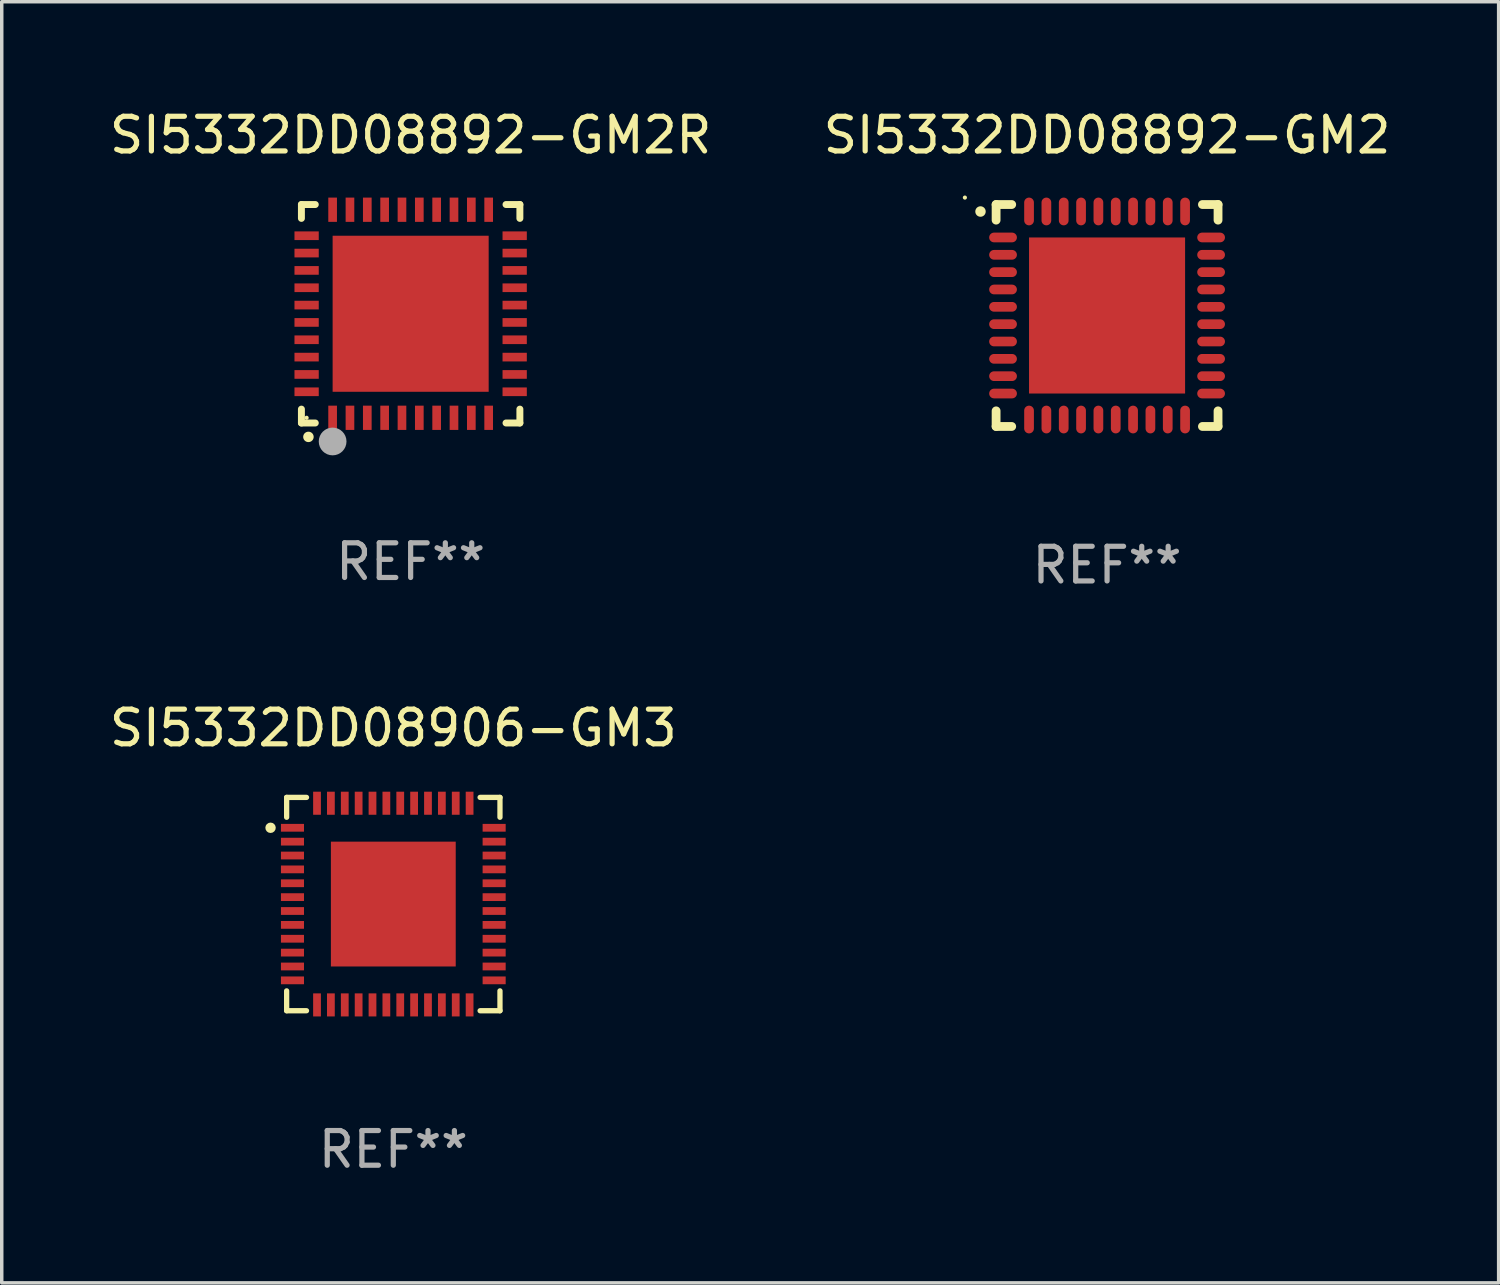
<source format=kicad_pcb>
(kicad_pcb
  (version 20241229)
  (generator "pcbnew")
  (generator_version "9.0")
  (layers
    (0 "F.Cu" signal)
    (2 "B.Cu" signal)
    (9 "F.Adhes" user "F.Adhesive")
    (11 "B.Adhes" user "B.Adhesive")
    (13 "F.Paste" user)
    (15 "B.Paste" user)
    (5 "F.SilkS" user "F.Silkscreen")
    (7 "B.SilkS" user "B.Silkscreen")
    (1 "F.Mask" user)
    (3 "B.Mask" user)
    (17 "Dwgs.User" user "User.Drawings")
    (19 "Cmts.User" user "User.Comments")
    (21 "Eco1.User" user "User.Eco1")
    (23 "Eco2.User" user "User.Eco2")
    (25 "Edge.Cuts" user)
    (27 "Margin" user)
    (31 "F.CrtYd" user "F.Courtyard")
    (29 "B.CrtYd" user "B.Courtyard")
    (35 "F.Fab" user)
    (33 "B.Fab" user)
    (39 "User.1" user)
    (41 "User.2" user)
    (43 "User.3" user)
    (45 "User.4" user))
  (footprint "SI5332DD08892-GM2"
    (layer "F.Cu")
    (at 28.875 6.048)
    (property "Reference" "SI5332DD08892-GM2" (at 0 -5.2 0) (layer "F.SilkS") (effects (font (size 1 1) (thickness 0.15))))
    (attr through_hole)
    (fp_line (start -3.2 -3.2) (end -2.75 -3.2) (stroke (width 0.254) (type solid)) (layer "F.SilkS"))
    (fp_line (start -3.2 -2.75) (end -3.2 -3.2) (stroke (width 0.254) (type solid)) (layer "F.SilkS"))
    (fp_line (start -3.2 3.2) (end -3.2 2.75) (stroke (width 0.254) (type solid)) (layer "F.SilkS"))
    (fp_line (start -2.75 3.2) (end -3.2 3.2) (stroke (width 0.254) (type solid)) (layer "F.SilkS"))
    (fp_line (start 2.75 3.2) (end 3.2 3.2) (stroke (width 0.254) (type solid)) (layer "F.SilkS"))
    (fp_line (start 3.2 -3.2) (end 2.75 -3.2) (stroke (width 0.254) (type solid)) (layer "F.SilkS"))
    (fp_line (start 3.2 -2.75) (end 3.2 -3.2) (stroke (width 0.254) (type solid)) (layer "F.SilkS"))
    (fp_line (start 3.2 3.2) (end 3.2 2.75) (stroke (width 0.254) (type solid)) (layer "F.SilkS"))
    (fp_arc (start -3.649987 -2.997206) (mid -3.649992 -2.998476) (end -3.649987 -2.999746) (stroke (width 0.3) (type solid)) (layer "F.SilkS"))
    (fp_circle (center -4.1 -3.4) (end -4.07 -3.4) (stroke (width 0.06) (type solid)) (fill no) (layer "F.SilkS"))
    (fp_text user "REF**" (at 0 7.2 0) (layer "F.Fab") (effects (font (size 1 1) (thickness 0.15))))
    (pad "1" smd oval (at -3 -2.25 90) (size 0.28 0.8) (layers "F.Cu" "F.Mask" "F.Paste"))
    (pad "2" smd oval (at -3 -1.75 90) (size 0.28 0.8) (layers "F.Cu" "F.Mask" "F.Paste"))
    (pad "3" smd oval (at -3 -1.25 90) (size 0.28 0.8) (layers "F.Cu" "F.Mask" "F.Paste"))
    (pad "4" smd oval (at -3 -0.75 90) (size 0.28 0.8) (layers "F.Cu" "F.Mask" "F.Paste"))
    (pad "5" smd oval (at -3 -0.25 90) (size 0.28 0.8) (layers "F.Cu" "F.Mask" "F.Paste"))
    (pad "6" smd oval (at -3 0.25 90) (size 0.28 0.8) (layers "F.Cu" "F.Mask" "F.Paste"))
    (pad "7" smd oval (at -3 0.75 90) (size 0.28 0.8) (layers "F.Cu" "F.Mask" "F.Paste"))
    (pad "8" smd oval (at -3 1.25 90) (size 0.28 0.8) (layers "F.Cu" "F.Mask" "F.Paste"))
    (pad "9" smd oval (at -3 1.75 90) (size 0.28 0.8) (layers "F.Cu" "F.Mask" "F.Paste"))
    (pad "10" smd oval (at -3 2.25 90) (size 0.28 0.8) (layers "F.Cu" "F.Mask" "F.Paste"))
    (pad "11" smd oval (at -2.25 3) (size 0.28 0.8) (layers "F.Cu" "F.Mask" "F.Paste"))
    (pad "12" smd oval (at -1.75 3) (size 0.28 0.8) (layers "F.Cu" "F.Mask" "F.Paste"))
    (pad "13" smd oval (at -1.25 3) (size 0.28 0.8) (layers "F.Cu" "F.Mask" "F.Paste"))
    (pad "14" smd oval (at -0.75 3) (size 0.28 0.8) (layers "F.Cu" "F.Mask" "F.Paste"))
    (pad "15" smd oval (at -0.25 3) (size 0.28 0.8) (layers "F.Cu" "F.Mask" "F.Paste"))
    (pad "16" smd oval (at 0.25 3) (size 0.28 0.8) (layers "F.Cu" "F.Mask" "F.Paste"))
    (pad "17" smd oval (at 0.75 3) (size 0.28 0.8) (layers "F.Cu" "F.Mask" "F.Paste"))
    (pad "18" smd oval (at 1.25 3) (size 0.28 0.8) (layers "F.Cu" "F.Mask" "F.Paste"))
    (pad "19" smd oval (at 1.75 3) (size 0.28 0.8) (layers "F.Cu" "F.Mask" "F.Paste"))
    (pad "20" smd oval (at 2.25 3) (size 0.28 0.8) (layers "F.Cu" "F.Mask" "F.Paste"))
    (pad "21" smd oval (at 3 2.25 90) (size 0.28 0.8) (layers "F.Cu" "F.Mask" "F.Paste"))
    (pad "22" smd oval (at 3 1.75 90) (size 0.28 0.8) (layers "F.Cu" "F.Mask" "F.Paste"))
    (pad "23" smd oval (at 3 1.25 90) (size 0.28 0.8) (layers "F.Cu" "F.Mask" "F.Paste"))
    (pad "24" smd oval (at 3 0.75 90) (size 0.28 0.8) (layers "F.Cu" "F.Mask" "F.Paste"))
    (pad "25" smd oval (at 3 0.25 90) (size 0.28 0.8) (layers "F.Cu" "F.Mask" "F.Paste"))
    (pad "26" smd oval (at 3 -0.25 90) (size 0.28 0.8) (layers "F.Cu" "F.Mask" "F.Paste"))
    (pad "27" smd oval (at 3 -0.75 90) (size 0.28 0.8) (layers "F.Cu" "F.Mask" "F.Paste"))
    (pad "28" smd oval (at 3 -1.25 90) (size 0.28 0.8) (layers "F.Cu" "F.Mask" "F.Paste"))
    (pad "29" smd oval (at 3 -1.75 90) (size 0.28 0.8) (layers "F.Cu" "F.Mask" "F.Paste"))
    (pad "30" smd oval (at 3 -2.25 90) (size 0.28 0.8) (layers "F.Cu" "F.Mask" "F.Paste"))
    (pad "31" smd oval (at 2.25 -3) (size 0.28 0.8) (layers "F.Cu" "F.Mask" "F.Paste"))
    (pad "32" smd oval (at 1.75 -3) (size 0.28 0.8) (layers "F.Cu" "F.Mask" "F.Paste"))
    (pad "33" smd oval (at 1.25 -3) (size 0.28 0.8) (layers "F.Cu" "F.Mask" "F.Paste"))
    (pad "34" smd oval (at 0.75 -3) (size 0.28 0.8) (layers "F.Cu" "F.Mask" "F.Paste"))
    (pad "35" smd oval (at 0.25 -3) (size 0.28 0.8) (layers "F.Cu" "F.Mask" "F.Paste"))
    (pad "36" smd oval (at -0.25 -3) (size 0.28 0.8) (layers "F.Cu" "F.Mask" "F.Paste"))
    (pad "37" smd oval (at -0.75 -3) (size 0.28 0.8) (layers "F.Cu" "F.Mask" "F.Paste"))
    (pad "38" smd oval (at -1.25 -3) (size 0.28 0.8) (layers "F.Cu" "F.Mask" "F.Paste"))
    (pad "39" smd oval (at -1.75 -3) (size 0.28 0.8) (layers "F.Cu" "F.Mask" "F.Paste"))
    (pad "40" smd oval (at -2.25 -3) (size 0.28 0.8) (layers "F.Cu" "F.Mask" "F.Paste"))
    (pad "41" smd rect (at 0 0) (size 4.5 4.5) (layers "F.Cu" "F.Mask" "F.Paste")))
  (footprint "SI5332DD08906-GM3"
    (layer "F.Cu")
    (at 8.292 23.021)
    (property "Reference" "SI5332DD08906-GM3" (at 0 -5.076 0) (layer "F.SilkS") (effects (font (size 1 1) (thickness 0.15))))
    (attr through_hole)
    (fp_line (start -3.076 -3.076) (end -3.076 -2.503) (stroke (width 0.152) (type solid)) (layer "F.SilkS"))
    (fp_line (start -3.076 3.076) (end -3.076 2.503) (stroke (width 0.152) (type solid)) (layer "F.SilkS"))
    (fp_line (start -2.503 -3.076) (end -3.076 -3.076) (stroke (width 0.152) (type solid)) (layer "F.SilkS"))
    (fp_line (start -2.503 3.076) (end -3.076 3.076) (stroke (width 0.152) (type solid)) (layer "F.SilkS"))
    (fp_line (start 2.503 -3.076) (end 3.076 -3.076) (stroke (width 0.152) (type solid)) (layer "F.SilkS"))
    (fp_line (start 2.503 3.076) (end 3.076 3.076) (stroke (width 0.152) (type solid)) (layer "F.SilkS"))
    (fp_line (start 3.076 -3.076) (end 3.076 -2.503) (stroke (width 0.152) (type solid)) (layer "F.SilkS"))
    (fp_line (start 3.076 3.076) (end 3.076 2.503) (stroke (width 0.152) (type solid)) (layer "F.SilkS"))
    (fp_circle (center -3.54 -2.2) (end -3.465 -2.2) (stroke (width 0.15) (type solid)) (fill no) (layer "F.SilkS"))
    (fp_text user "REF**" (at 0 7.076 0) (layer "F.Fab") (effects (font (size 1 1) (thickness 0.15))))
    (pad "1" smd rect (at -2.908 -2.2) (size 0.665 0.224) (layers "F.Cu" "F.Mask" "F.Paste"))
    (pad "2" smd rect (at -2.908 -1.8) (size 0.665 0.224) (layers "F.Cu" "F.Mask" "F.Paste"))
    (pad "3" smd rect (at -2.908 -1.4) (size 0.665 0.224) (layers "F.Cu" "F.Mask" "F.Paste"))
    (pad "4" smd rect (at -2.908 -1) (size 0.665 0.224) (layers "F.Cu" "F.Mask" "F.Paste"))
    (pad "5" smd rect (at -2.908 -0.6) (size 0.665 0.224) (layers "F.Cu" "F.Mask" "F.Paste"))
    (pad "6" smd rect (at -2.908 -0.2) (size 0.665 0.224) (layers "F.Cu" "F.Mask" "F.Paste"))
    (pad "7" smd rect (at -2.908 0.2) (size 0.665 0.224) (layers "F.Cu" "F.Mask" "F.Paste"))
    (pad "8" smd rect (at -2.908 0.6) (size 0.665 0.224) (layers "F.Cu" "F.Mask" "F.Paste"))
    (pad "9" smd rect (at -2.908 1) (size 0.665 0.224) (layers "F.Cu" "F.Mask" "F.Paste"))
    (pad "10" smd rect (at -2.908 1.4) (size 0.665 0.224) (layers "F.Cu" "F.Mask" "F.Paste"))
    (pad "11" smd rect (at -2.908 1.8) (size 0.665 0.224) (layers "F.Cu" "F.Mask" "F.Paste"))
    (pad "12" smd rect (at -2.908 2.2) (size 0.665 0.224) (layers "F.Cu" "F.Mask" "F.Paste"))
    (pad "13" smd rect (at -2.2 2.908) (size 0.224 0.665) (layers "F.Cu" "F.Mask" "F.Paste"))
    (pad "14" smd rect (at -1.8 2.908) (size 0.224 0.665) (layers "F.Cu" "F.Mask" "F.Paste"))
    (pad "15" smd rect (at -1.4 2.908) (size 0.224 0.665) (layers "F.Cu" "F.Mask" "F.Paste"))
    (pad "16" smd rect (at -1 2.908) (size 0.224 0.665) (layers "F.Cu" "F.Mask" "F.Paste"))
    (pad "17" smd rect (at -0.6 2.908) (size 0.224 0.665) (layers "F.Cu" "F.Mask" "F.Paste"))
    (pad "18" smd rect (at -0.2 2.908) (size 0.224 0.665) (layers "F.Cu" "F.Mask" "F.Paste"))
    (pad "19" smd rect (at 0.2 2.908) (size 0.224 0.665) (layers "F.Cu" "F.Mask" "F.Paste"))
    (pad "20" smd rect (at 0.6 2.908) (size 0.224 0.665) (layers "F.Cu" "F.Mask" "F.Paste"))
    (pad "21" smd rect (at 1 2.908) (size 0.224 0.665) (layers "F.Cu" "F.Mask" "F.Paste"))
    (pad "22" smd rect (at 1.4 2.908) (size 0.224 0.665) (layers "F.Cu" "F.Mask" "F.Paste"))
    (pad "23" smd rect (at 1.8 2.908) (size 0.224 0.665) (layers "F.Cu" "F.Mask" "F.Paste"))
    (pad "24" smd rect (at 2.2 2.908) (size 0.224 0.665) (layers "F.Cu" "F.Mask" "F.Paste"))
    (pad "25" smd rect (at 2.908 2.2) (size 0.665 0.224) (layers "F.Cu" "F.Mask" "F.Paste"))
    (pad "26" smd rect (at 2.908 1.8) (size 0.665 0.224) (layers "F.Cu" "F.Mask" "F.Paste"))
    (pad "27" smd rect (at 2.908 1.4) (size 0.665 0.224) (layers "F.Cu" "F.Mask" "F.Paste"))
    (pad "28" smd rect (at 2.908 1) (size 0.665 0.224) (layers "F.Cu" "F.Mask" "F.Paste"))
    (pad "29" smd rect (at 2.908 0.6) (size 0.665 0.224) (layers "F.Cu" "F.Mask" "F.Paste"))
    (pad "30" smd rect (at 2.908 0.2) (size 0.665 0.224) (layers "F.Cu" "F.Mask" "F.Paste"))
    (pad "31" smd rect (at 2.908 -0.2) (size 0.665 0.224) (layers "F.Cu" "F.Mask" "F.Paste"))
    (pad "32" smd rect (at 2.908 -0.6) (size 0.665 0.224) (layers "F.Cu" "F.Mask" "F.Paste"))
    (pad "33" smd rect (at 2.908 -1) (size 0.665 0.224) (layers "F.Cu" "F.Mask" "F.Paste"))
    (pad "34" smd rect (at 2.908 -1.4) (size 0.665 0.224) (layers "F.Cu" "F.Mask" "F.Paste"))
    (pad "35" smd rect (at 2.908 -1.8) (size 0.665 0.224) (layers "F.Cu" "F.Mask" "F.Paste"))
    (pad "36" smd rect (at 2.908 -2.2) (size 0.665 0.224) (layers "F.Cu" "F.Mask" "F.Paste"))
    (pad "37" smd rect (at 2.2 -2.908) (size 0.224 0.665) (layers "F.Cu" "F.Mask" "F.Paste"))
    (pad "38" smd rect (at 1.8 -2.908) (size 0.224 0.665) (layers "F.Cu" "F.Mask" "F.Paste"))
    (pad "39" smd rect (at 1.4 -2.908) (size 0.224 0.665) (layers "F.Cu" "F.Mask" "F.Paste"))
    (pad "40" smd rect (at 1 -2.908) (size 0.224 0.665) (layers "F.Cu" "F.Mask" "F.Paste"))
    (pad "41" smd rect (at 0.6 -2.908) (size 0.224 0.665) (layers "F.Cu" "F.Mask" "F.Paste"))
    (pad "42" smd rect (at 0.2 -2.908) (size 0.224 0.665) (layers "F.Cu" "F.Mask" "F.Paste"))
    (pad "43" smd rect (at -0.2 -2.908) (size 0.224 0.665) (layers "F.Cu" "F.Mask" "F.Paste"))
    (pad "44" smd rect (at -0.6 -2.908) (size 0.224 0.665) (layers "F.Cu" "F.Mask" "F.Paste"))
    (pad "45" smd rect (at -1 -2.908) (size 0.224 0.665) (layers "F.Cu" "F.Mask" "F.Paste"))
    (pad "46" smd rect (at -1.4 -2.908) (size 0.224 0.665) (layers "F.Cu" "F.Mask" "F.Paste"))
    (pad "47" smd rect (at -1.8 -2.908) (size 0.224 0.665) (layers "F.Cu" "F.Mask" "F.Paste"))
    (pad "48" smd rect (at -2.2 -2.908) (size 0.224 0.665) (layers "F.Cu" "F.Mask" "F.Paste"))
    (pad "49" smd rect (at 0 0) (size 3.6 3.6) (layers "F.Cu" "F.Mask" "F.Paste")))
  (footprint "SI5332DD08892-GM2R"
    (layer "F.Cu")
    (at 8.792 5.998)
    (property "Reference" "SI5332DD08892-GM2R" (at 0 -5.15 0) (layer "F.SilkS") (effects (font (size 1 1) (thickness 0.15))))
    (attr through_hole)
    (fp_line (start -3.15 -3.15) (end -2.75 -3.15) (stroke (width 0.2) (type solid)) (layer "F.SilkS"))
    (fp_line (start -3.15 -2.75) (end -3.15 -3.15) (stroke (width 0.2) (type solid)) (layer "F.SilkS"))
    (fp_line (start -3.15 3.15) (end -3.15 2.75) (stroke (width 0.2) (type solid)) (layer "F.SilkS"))
    (fp_line (start -2.75 3.15) (end -3.15 3.15) (stroke (width 0.2) (type solid)) (layer "F.SilkS"))
    (fp_line (start 3.15 -3.15) (end 2.75 -3.15) (stroke (width 0.2) (type solid)) (layer "F.SilkS"))
    (fp_line (start 3.15 -2.75) (end 3.15 -3.15) (stroke (width 0.2) (type solid)) (layer "F.SilkS"))
    (fp_line (start 3.15 2.75) (end 3.15 3.15) (stroke (width 0.2) (type solid)) (layer "F.SilkS"))
    (fp_line (start 3.15 3.15) (end 2.75 3.15) (stroke (width 0.2) (type solid)) (layer "F.SilkS"))
    (fp_arc (start -2.94892 3.550927) (mid -2.94765 3.550922) (end -2.94638 3.550927) (stroke (width 0.3) (type solid)) (layer "F.SilkS"))
    (fp_circle (center -3 3) (end -2.97 3) (stroke (width 0.06) (type solid)) (fill no) (layer "F.SilkS"))
    (fp_circle (center -2.25 3.683) (end -2.05 3.683) (stroke (width 0.4) (type solid)) (fill no) (layer "F.Fab"))
    (fp_text user "REF**" (at 0 7.15 0) (layer "F.Fab") (effects (font (size 1 1) (thickness 0.15))))
    (pad "1" smd rect (at -2.25 3 180) (size 0.25 0.7) (layers "F.Cu" "F.Mask" "F.Paste"))
    (pad "2" smd rect (at -1.75 3 180) (size 0.25 0.7) (layers "F.Cu" "F.Mask" "F.Paste"))
    (pad "3" smd rect (at -1.25 3 180) (size 0.25 0.7) (layers "F.Cu" "F.Mask" "F.Paste"))
    (pad "4" smd rect (at -0.75 3 180) (size 0.25 0.7) (layers "F.Cu" "F.Mask" "F.Paste"))
    (pad "5" smd rect (at -0.25 3 180) (size 0.25 0.7) (layers "F.Cu" "F.Mask" "F.Paste"))
    (pad "6" smd rect (at 0.25 3 180) (size 0.25 0.7) (layers "F.Cu" "F.Mask" "F.Paste"))
    (pad "7" smd rect (at 0.75 3 180) (size 0.25 0.7) (layers "F.Cu" "F.Mask" "F.Paste"))
    (pad "8" smd rect (at 1.25 3 180) (size 0.25 0.7) (layers "F.Cu" "F.Mask" "F.Paste"))
    (pad "9" smd rect (at 1.75 3 180) (size 0.25 0.7) (layers "F.Cu" "F.Mask" "F.Paste"))
    (pad "10" smd rect (at 2.25 3 180) (size 0.25 0.7) (layers "F.Cu" "F.Mask" "F.Paste"))
    (pad "11" smd rect (at 3 2.25 90) (size 0.25 0.7) (layers "F.Cu" "F.Mask" "F.Paste"))
    (pad "12" smd rect (at 3 1.75 90) (size 0.25 0.7) (layers "F.Cu" "F.Mask" "F.Paste"))
    (pad "13" smd rect (at 3 1.25 90) (size 0.25 0.7) (layers "F.Cu" "F.Mask" "F.Paste"))
    (pad "14" smd rect (at 3 0.75 90) (size 0.25 0.7) (layers "F.Cu" "F.Mask" "F.Paste"))
    (pad "15" smd rect (at 3 0.25 90) (size 0.25 0.7) (layers "F.Cu" "F.Mask" "F.Paste"))
    (pad "16" smd rect (at 3 -0.25 90) (size 0.25 0.7) (layers "F.Cu" "F.Mask" "F.Paste"))
    (pad "17" smd rect (at 3 -0.75 90) (size 0.25 0.7) (layers "F.Cu" "F.Mask" "F.Paste"))
    (pad "18" smd rect (at 3 -1.25 90) (size 0.25 0.7) (layers "F.Cu" "F.Mask" "F.Paste"))
    (pad "19" smd rect (at 3 -1.75 90) (size 0.25 0.7) (layers "F.Cu" "F.Mask" "F.Paste"))
    (pad "20" smd rect (at 3 -2.25 90) (size 0.25 0.7) (layers "F.Cu" "F.Mask" "F.Paste"))
    (pad "21" smd rect (at 2.25 -3 180) (size 0.25 0.7) (layers "F.Cu" "F.Mask" "F.Paste"))
    (pad "22" smd rect (at 1.75 -3 180) (size 0.25 0.7) (layers "F.Cu" "F.Mask" "F.Paste"))
    (pad "23" smd rect (at 1.25 -3 180) (size 0.25 0.7) (layers "F.Cu" "F.Mask" "F.Paste"))
    (pad "24" smd rect (at 0.75 -3 180) (size 0.25 0.7) (layers "F.Cu" "F.Mask" "F.Paste"))
    (pad "25" smd rect (at 0.25 -3 180) (size 0.25 0.7) (layers "F.Cu" "F.Mask" "F.Paste"))
    (pad "26" smd rect (at -0.25 -3 180) (size 0.25 0.7) (layers "F.Cu" "F.Mask" "F.Paste"))
    (pad "27" smd rect (at -0.75 -3 180) (size 0.25 0.7) (layers "F.Cu" "F.Mask" "F.Paste"))
    (pad "28" smd rect (at -1.25 -3 180) (size 0.25 0.7) (layers "F.Cu" "F.Mask" "F.Paste"))
    (pad "29" smd rect (at -1.75 -3 180) (size 0.25 0.7) (layers "F.Cu" "F.Mask" "F.Paste"))
    (pad "30" smd rect (at -2.25 -3 180) (size 0.25 0.7) (layers "F.Cu" "F.Mask" "F.Paste"))
    (pad "31" smd rect (at -3 -2.25 90) (size 0.25 0.7) (layers "F.Cu" "F.Mask" "F.Paste"))
    (pad "32" smd rect (at -3 -1.75 90) (size 0.25 0.7) (layers "F.Cu" "F.Mask" "F.Paste"))
    (pad "33" smd rect (at -3 -1.25 90) (size 0.25 0.7) (layers "F.Cu" "F.Mask" "F.Paste"))
    (pad "34" smd rect (at -3 -0.75 90) (size 0.25 0.7) (layers "F.Cu" "F.Mask" "F.Paste"))
    (pad "35" smd rect (at -3 -0.25 90) (size 0.25 0.7) (layers "F.Cu" "F.Mask" "F.Paste"))
    (pad "36" smd rect (at -3 0.25 90) (size 0.25 0.7) (layers "F.Cu" "F.Mask" "F.Paste"))
    (pad "37" smd rect (at -3 0.75 90) (size 0.25 0.7) (layers "F.Cu" "F.Mask" "F.Paste"))
    (pad "38" smd rect (at -3 1.25 90) (size 0.25 0.7) (layers "F.Cu" "F.Mask" "F.Paste"))
    (pad "39" smd rect (at -3 1.75 90) (size 0.25 0.7) (layers "F.Cu" "F.Mask" "F.Paste"))
    (pad "40" smd rect (at -3 2.25 90) (size 0.25 0.7) (layers "F.Cu" "F.Mask" "F.Paste"))
    (pad "41" smd rect (at 0.000102 0.000076 90) (size 4.5 4.5) (layers "F.Cu" "F.Mask" "F.Paste")))
  (gr_rect
    (start -3 -3)
    (end 40.167 33.945)
    (stroke (width 0.1) (type default))
    (fill no)
    (layer "Edge.Cuts")))
</source>
